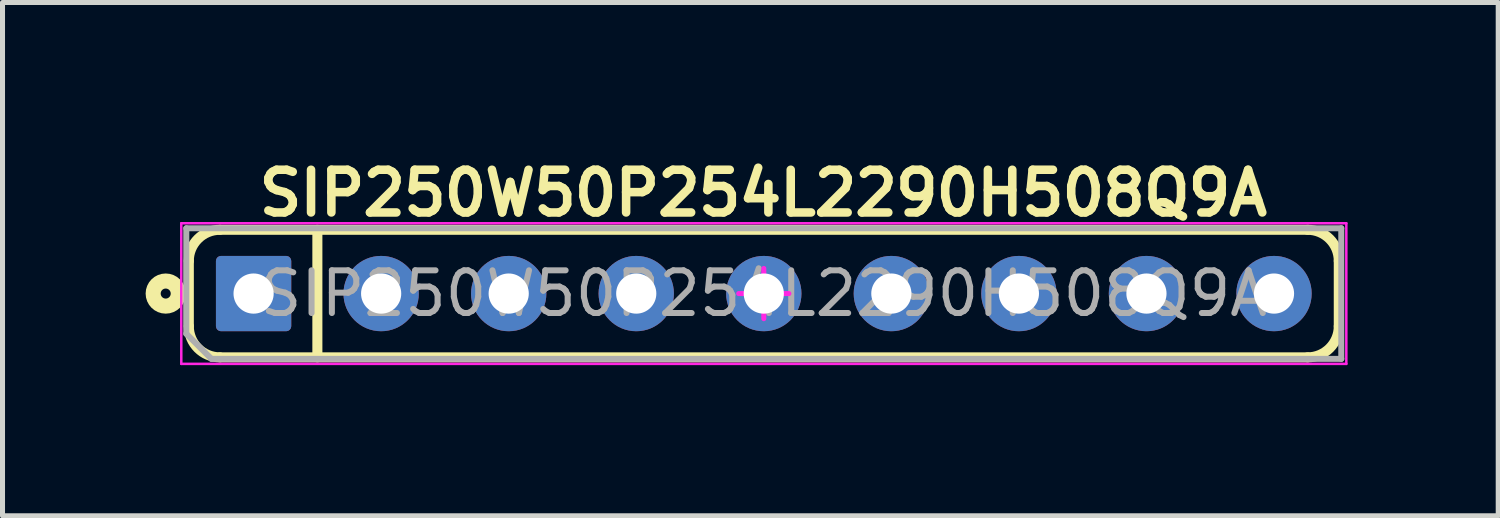
<source format=kicad_pcb>
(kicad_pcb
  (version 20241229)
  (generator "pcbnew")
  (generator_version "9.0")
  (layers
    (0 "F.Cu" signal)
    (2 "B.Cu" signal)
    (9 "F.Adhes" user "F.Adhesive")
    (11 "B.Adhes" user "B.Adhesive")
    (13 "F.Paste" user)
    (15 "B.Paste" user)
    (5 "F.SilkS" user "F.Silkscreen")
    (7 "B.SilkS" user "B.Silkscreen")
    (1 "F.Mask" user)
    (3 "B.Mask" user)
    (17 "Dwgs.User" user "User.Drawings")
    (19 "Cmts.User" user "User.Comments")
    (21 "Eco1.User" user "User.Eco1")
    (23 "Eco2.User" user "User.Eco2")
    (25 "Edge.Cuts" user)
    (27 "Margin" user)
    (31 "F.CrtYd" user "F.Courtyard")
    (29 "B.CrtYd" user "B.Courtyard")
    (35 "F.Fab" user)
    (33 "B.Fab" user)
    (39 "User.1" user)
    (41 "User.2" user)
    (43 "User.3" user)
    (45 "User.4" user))
  (footprint "SIP250W50P254L2290H508Q9A"
    (layer "F.Cu")
    (at 12.16 2.796)
    (property "Reference" "SIP250W50P254L2290H508Q9A" (at -0.01 -2 0) (layer "F.SilkS") (effects (font (size 0.85 0.85) (thickness 0.17))))
    (attr through_hole)
    (fp_line (start -11.45 0.65) (end -11.45 -0.65) (stroke (width 0.2) (type solid)) (layer "F.SilkS"))
    (fp_line (start -10.83 -1.27) (end 10.83 -1.27) (stroke (width 0.2) (type solid)) (layer "F.SilkS"))
    (fp_line (start -10.83 1.27) (end 10.83 1.27) (stroke (width 0.2) (type solid)) (layer "F.SilkS"))
    (fp_line (start -8.89 1.27) (end -8.89 -1.27) (stroke (width 0.2) (type solid)) (layer "F.SilkS"))
    (fp_line (start 11.45 0.65) (end 11.45 -0.65) (stroke (width 0.2) (type solid)) (layer "F.SilkS"))
    (fp_arc (start -11.45 -0.65) (mid -11.268406 -1.088406) (end -10.83 -1.27) (stroke (width 0.2) (type solid)) (layer "F.SilkS"))
    (fp_arc (start -10.83 1.27) (mid -11.268406 1.088406) (end -11.45 0.65) (stroke (width 0.2) (type solid)) (layer "F.SilkS"))
    (fp_arc (start 10.83 -1.27) (mid 11.268406 -1.088406) (end 11.45 -0.65) (stroke (width 0.2) (type solid)) (layer "F.SilkS"))
    (fp_arc (start 11.45 0.65) (mid 11.268406 1.088406) (end 10.83 1.27) (stroke (width 0.2) (type solid)) (layer "F.SilkS"))
    (fp_circle (center -11.91 0) (end -11.81 0) (stroke (width 0.3) (type solid)) (fill no) (layer "F.SilkS"))
    (fp_line (start -11.6 -1.4) (end 11.6 -1.4) (stroke (width 0.05) (type solid)) (layer "F.CrtYd"))
    (fp_line (start -11.6 1.4) (end -11.6 -1.4) (stroke (width 0.05) (type solid)) (layer "F.CrtYd"))
    (fp_line (start -0.5 0) (end 0.5 0) (stroke (width 0.1) (type solid)) (layer "F.CrtYd"))
    (fp_line (start 0 -0.5) (end 0 0.5) (stroke (width 0.1) (type solid)) (layer "F.CrtYd"))
    (fp_line (start 11.6 -1.4) (end 11.6 1.4) (stroke (width 0.05) (type solid)) (layer "F.CrtYd"))
    (fp_line (start 11.6 1.4) (end -11.6 1.4) (stroke (width 0.05) (type solid)) (layer "F.CrtYd"))
    (fp_line (start -11.5 -1.3) (end 11.5 -1.3) (stroke (width 0.12) (type solid)) (layer "F.Fab"))
    (fp_line (start -11.5 0.8) (end -11.5 -1.3) (stroke (width 0.12) (type solid)) (layer "F.Fab"))
    (fp_line (start -11 1.3) (end -11.5 0.8) (stroke (width 0.12) (type solid)) (layer "F.Fab"))
    (fp_line (start 11.5 -1.3) (end 11.5 1.3) (stroke (width 0.12) (type solid)) (layer "F.Fab"))
    (fp_line (start 11.5 1.3) (end -11 1.3) (stroke (width 0.12) (type solid)) (layer "F.Fab"))
    (fp_text user "${REFERENCE}" (at 0 0 0) (layer "F.Fab") (effects (font (size 0.85 0.85) (thickness 0.12))))
    (pad "1" thru_hole roundrect (at -10.16 0) (size 1.5 1.5) (drill 0.8) (layers "*.Cu" "*.Mask") (roundrect_rratio 0.067))
    (pad "2" thru_hole circle (at -7.62 0) (size 1.5 1.5) (drill 0.8) (layers "*.Cu" "*.Mask"))
    (pad "3" thru_hole circle (at -5.08 0) (size 1.5 1.5) (drill 0.8) (layers "*.Cu" "*.Mask"))
    (pad "4" thru_hole circle (at -2.54 0) (size 1.5 1.5) (drill 0.8) (layers "*.Cu" "*.Mask"))
    (pad "5" thru_hole circle (at 0 0) (size 1.5 1.5) (drill 0.8) (layers "*.Cu" "*.Mask"))
    (pad "6" thru_hole circle (at 2.54 0) (size 1.5 1.5) (drill 0.8) (layers "*.Cu" "*.Mask"))
    (pad "7" thru_hole circle (at 5.08 0) (size 1.5 1.5) (drill 0.8) (layers "*.Cu" "*.Mask"))
    (pad "8" thru_hole circle (at 7.62 0) (size 1.5 1.5) (drill 0.8) (layers "*.Cu" "*.Mask"))
    (pad "9" thru_hole circle (at 10.16 0) (size 1.5 1.5) (drill 0.8) (layers "*.Cu" "*.Mask")))
  (gr_rect
    (start -3 -3)
    (end 26.785 7.221)
    (stroke (width 0.1) (type default))
    (fill no)
    (layer "Edge.Cuts")))
</source>
